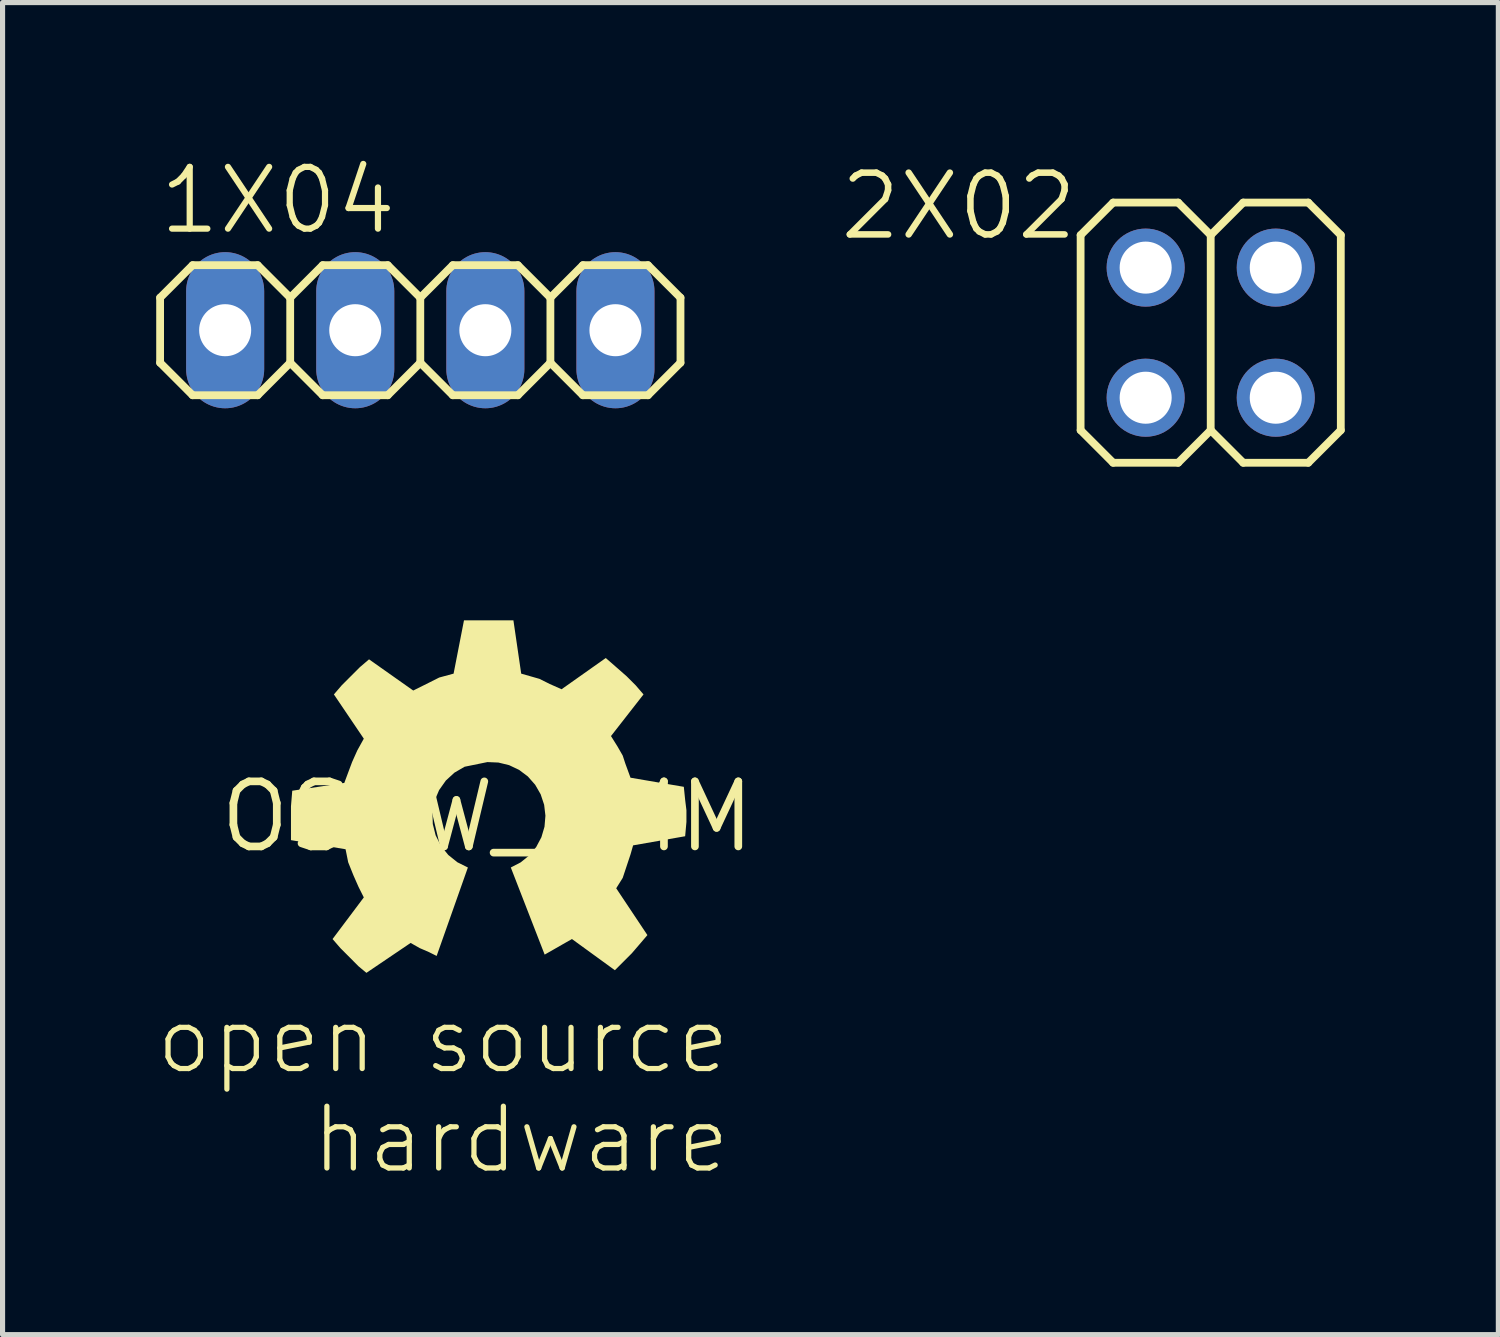
<source format=kicad_pcb>
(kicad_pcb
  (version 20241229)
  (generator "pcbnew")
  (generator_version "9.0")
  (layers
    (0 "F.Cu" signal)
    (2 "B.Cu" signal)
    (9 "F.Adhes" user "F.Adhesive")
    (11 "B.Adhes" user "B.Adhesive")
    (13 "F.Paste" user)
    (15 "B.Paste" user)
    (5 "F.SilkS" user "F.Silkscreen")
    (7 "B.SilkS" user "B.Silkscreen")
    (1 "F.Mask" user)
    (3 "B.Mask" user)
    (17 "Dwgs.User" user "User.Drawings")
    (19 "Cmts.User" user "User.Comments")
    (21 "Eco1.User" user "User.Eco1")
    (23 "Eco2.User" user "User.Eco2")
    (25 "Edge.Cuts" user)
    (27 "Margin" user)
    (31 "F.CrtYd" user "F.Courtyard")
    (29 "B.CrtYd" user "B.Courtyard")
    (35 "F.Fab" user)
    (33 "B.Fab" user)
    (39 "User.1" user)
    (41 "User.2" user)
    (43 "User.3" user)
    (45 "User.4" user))
  (footprint "1X04"
    (layer "F.Cu")
    (at 5.156 3.397)
    (property "Reference" "1X04" (at -5.156 -1.829 0) (layer "F.SilkS") (effects (font (size 1.206 1.206) (thickness 0.121)) (justify left bottom)))
    (attr through_hole)
    (fp_line (start -5.08 -0.635) (end -5.08 0.635) (stroke (width 0.152) (type solid)) (layer "F.SilkS"))
    (fp_line (start -5.08 0.635) (end -4.445 1.27) (stroke (width 0.152) (type solid)) (layer "F.SilkS"))
    (fp_line (start -4.445 -1.27) (end -5.08 -0.635) (stroke (width 0.152) (type solid)) (layer "F.SilkS"))
    (fp_line (start -4.445 -1.27) (end -3.175 -1.27) (stroke (width 0.152) (type solid)) (layer "F.SilkS"))
    (fp_line (start -3.175 -1.27) (end -2.54 -0.635) (stroke (width 0.152) (type solid)) (layer "F.SilkS"))
    (fp_line (start -3.175 1.27) (end -4.445 1.27) (stroke (width 0.152) (type solid)) (layer "F.SilkS"))
    (fp_line (start -2.54 -0.635) (end -2.54 0.635) (stroke (width 0.152) (type solid)) (layer "F.SilkS"))
    (fp_line (start -2.54 -0.635) (end -1.905 -1.27) (stroke (width 0.152) (type solid)) (layer "F.SilkS"))
    (fp_line (start -2.54 0.635) (end -3.175 1.27) (stroke (width 0.152) (type solid)) (layer "F.SilkS"))
    (fp_line (start -1.905 -1.27) (end -0.635 -1.27) (stroke (width 0.152) (type solid)) (layer "F.SilkS"))
    (fp_line (start -1.905 1.27) (end -2.54 0.635) (stroke (width 0.152) (type solid)) (layer "F.SilkS"))
    (fp_line (start -0.635 -1.27) (end 0 -0.635) (stroke (width 0.152) (type solid)) (layer "F.SilkS"))
    (fp_line (start -0.635 1.27) (end -1.905 1.27) (stroke (width 0.152) (type solid)) (layer "F.SilkS"))
    (fp_line (start 0 -0.635) (end 0 0.635) (stroke (width 0.152) (type solid)) (layer "F.SilkS"))
    (fp_line (start 0 -0.635) (end 0.635 -1.27) (stroke (width 0.152) (type solid)) (layer "F.SilkS"))
    (fp_line (start 0 0.635) (end -0.635 1.27) (stroke (width 0.152) (type solid)) (layer "F.SilkS"))
    (fp_line (start 0.635 -1.27) (end 1.905 -1.27) (stroke (width 0.152) (type solid)) (layer "F.SilkS"))
    (fp_line (start 0.635 1.27) (end 0 0.635) (stroke (width 0.152) (type solid)) (layer "F.SilkS"))
    (fp_line (start 1.905 -1.27) (end 2.54 -0.635) (stroke (width 0.152) (type solid)) (layer "F.SilkS"))
    (fp_line (start 1.905 1.27) (end 0.635 1.27) (stroke (width 0.152) (type solid)) (layer "F.SilkS"))
    (fp_line (start 2.54 -0.635) (end 2.54 0.635) (stroke (width 0.152) (type solid)) (layer "F.SilkS"))
    (fp_line (start 2.54 0.635) (end 1.905 1.27) (stroke (width 0.152) (type solid)) (layer "F.SilkS"))
    (fp_line (start 2.54 0.635) (end 3.175 1.27) (stroke (width 0.152) (type solid)) (layer "F.SilkS"))
    (fp_line (start 3.175 -1.27) (end 2.54 -0.635) (stroke (width 0.152) (type solid)) (layer "F.SilkS"))
    (fp_line (start 3.175 -1.27) (end 4.445 -1.27) (stroke (width 0.152) (type solid)) (layer "F.SilkS"))
    (fp_line (start 4.445 -1.27) (end 5.08 -0.635) (stroke (width 0.152) (type solid)) (layer "F.SilkS"))
    (fp_line (start 4.445 1.27) (end 3.175 1.27) (stroke (width 0.152) (type solid)) (layer "F.SilkS"))
    (fp_line (start 5.08 -0.635) (end 5.08 0.635) (stroke (width 0.152) (type solid)) (layer "F.SilkS"))
    (fp_line (start 5.08 0.635) (end 4.445 1.27) (stroke (width 0.152) (type solid)) (layer "F.SilkS"))
    (fp_poly (pts (xy -4.064 0.254) (xy -3.556 0.254) (xy -3.556 -0.254) (xy -4.064 -0.254)) (stroke (width 0.1) (type solid)) (fill no) (layer "F.Fab"))
    (fp_poly (pts (xy -1.524 0.254) (xy -1.016 0.254) (xy -1.016 -0.254) (xy -1.524 -0.254)) (stroke (width 0.1) (type solid)) (fill no) (layer "F.Fab"))
    (fp_poly (pts (xy 1.016 0.254) (xy 1.524 0.254) (xy 1.524 -0.254) (xy 1.016 -0.254)) (stroke (width 0.1) (type solid)) (fill no) (layer "F.Fab"))
    (fp_poly (pts (xy 3.556 0.254) (xy 4.064 0.254) (xy 4.064 -0.254) (xy 3.556 -0.254)) (stroke (width 0.1) (type solid)) (fill no) (layer "F.Fab"))
    (pad "1" thru_hole oval (at -3.81 0 90) (size 3.048 1.524) (drill 1.016) (layers "*.Cu" "*.Mask"))
    (pad "2" thru_hole oval (at -1.27 0 90) (size 3.048 1.524) (drill 1.016) (layers "*.Cu" "*.Mask"))
    (pad "3" thru_hole oval (at 1.27 0 90) (size 3.048 1.524) (drill 1.016) (layers "*.Cu" "*.Mask"))
    (pad "4" thru_hole oval (at 3.81 0 90) (size 3.048 1.524) (drill 1.016) (layers "*.Cu" "*.Mask")))
  (footprint "2X02"
    (layer "F.Cu")
    (at 20.588 3.445)
    (property "Reference" "2X02" (at -2.54 -3.175 0) (layer "F.SilkS") (effects (font (size 1.206 1.206) (thickness 0.127)) (justify right top)))
    (attr through_hole)
    (fp_line (start -2.54 -1.905) (end -1.905 -2.54) (stroke (width 0.152) (type solid)) (layer "F.SilkS"))
    (fp_line (start -2.54 1.905) (end -2.54 -1.905) (stroke (width 0.152) (type solid)) (layer "F.SilkS"))
    (fp_line (start -2.54 1.905) (end -1.905 2.54) (stroke (width 0.152) (type solid)) (layer "F.SilkS"))
    (fp_line (start -1.905 -2.54) (end -0.635 -2.54) (stroke (width 0.152) (type solid)) (layer "F.SilkS"))
    (fp_line (start -1.905 2.54) (end -0.635 2.54) (stroke (width 0.152) (type solid)) (layer "F.SilkS"))
    (fp_line (start -0.635 -2.54) (end 0 -1.905) (stroke (width 0.152) (type solid)) (layer "F.SilkS"))
    (fp_line (start -0.635 2.54) (end 0 1.905) (stroke (width 0.152) (type solid)) (layer "F.SilkS"))
    (fp_line (start 0 -1.905) (end 0 1.905) (stroke (width 0.152) (type solid)) (layer "F.SilkS"))
    (fp_line (start 0 -1.905) (end 0.635 -2.54) (stroke (width 0.152) (type solid)) (layer "F.SilkS"))
    (fp_line (start 0 1.905) (end 0.635 2.54) (stroke (width 0.152) (type solid)) (layer "F.SilkS"))
    (fp_line (start 0.635 -2.54) (end 1.905 -2.54) (stroke (width 0.152) (type solid)) (layer "F.SilkS"))
    (fp_line (start 0.635 2.54) (end 1.905 2.54) (stroke (width 0.152) (type solid)) (layer "F.SilkS"))
    (fp_line (start 1.905 -2.54) (end 2.54 -1.905) (stroke (width 0.152) (type solid)) (layer "F.SilkS"))
    (fp_line (start 1.905 2.54) (end 2.54 1.905) (stroke (width 0.152) (type solid)) (layer "F.SilkS"))
    (fp_line (start 2.54 -1.905) (end 2.54 1.905) (stroke (width 0.152) (type solid)) (layer "F.SilkS"))
    (fp_poly (pts (xy -1.524 -1.016) (xy -1.016 -1.016) (xy -1.016 -1.524) (xy -1.524 -1.524)) (stroke (width 0.1) (type solid)) (fill no) (layer "F.Fab"))
    (fp_poly (pts (xy -1.524 1.524) (xy -1.016 1.524) (xy -1.016 1.016) (xy -1.524 1.016)) (stroke (width 0.1) (type solid)) (fill no) (layer "F.Fab"))
    (fp_poly (pts (xy 1.016 -1.016) (xy 1.524 -1.016) (xy 1.524 -1.524) (xy 1.016 -1.524)) (stroke (width 0.1) (type solid)) (fill no) (layer "F.Fab"))
    (fp_poly (pts (xy 1.016 1.524) (xy 1.524 1.524) (xy 1.524 1.016) (xy 1.016 1.016)) (stroke (width 0.1) (type solid)) (fill no) (layer "F.Fab"))
    (pad "1" thru_hole circle (at -1.27 1.27) (size 1.524 1.524) (drill 1.016) (layers "*.Cu" "*.Mask"))
    (pad "2" thru_hole circle (at -1.27 -1.27) (size 1.524 1.524) (drill 1.016) (layers "*.Cu" "*.Mask"))
    (pad "3" thru_hole circle (at 1.27 1.27) (size 1.524 1.524) (drill 1.016) (layers "*.Cu" "*.Mask"))
    (pad "4" thru_hole circle (at 1.27 -1.27) (size 1.524 1.524) (drill 1.016) (layers "*.Cu" "*.Mask")))
  (footprint "OSHW_8MM"
    (layer "F.Cu")
    (at 6.466 12.896)
    (property "Reference" "OSHW_8MM" (at 0 0 0) (layer "F.SilkS") (effects (font (size 1.27 1.27) (thickness 0.15))))
    (attr through_hole)
    (fp_poly (pts (xy -0.381 0.991) (xy -0.381 0.991) (xy -0.586 0.889) (xy -0.764 0.746) (xy -0.907 0.569) (xy -1.01 0.364) (xy -1.066 0.143) (xy -1.073 -0.085) (xy -1.032 -0.31) (xy -0.943 -0.52) (xy -0.811 -0.707) (xy -0.643 -0.861) (xy -0.445 -0.976) (xy 0 -1.067) (xy -0.000001 -1.067) (xy 0.215 -1.058) (xy 0.424 -1.007) (xy 0.618 -0.915) (xy 0.79 -0.786) (xy 0.933 -0.624) (xy 1.04 -0.438) (xy 1.108 -0.233) (xy 1.133 -0.02) (xy 1.115 0.195) (xy 1.054 0.401) (xy 0.953 0.591) (xy 0.816 0.757) (xy 0.648 0.892) (xy 0.457 0.991) (xy 1.118 2.692) (xy 1.295 2.591) (xy 1.473 2.489) (xy 1.651 2.388) (xy 2.489 2.997) (xy 2.667 2.819) (xy 2.819 2.667) (xy 2.972 2.489) (xy 3.124 2.311) (xy 2.515 1.397) (xy 2.642 1.194) (xy 2.718 0.965) (xy 2.794 0.737) (xy 2.845 0.559) (xy 3.861 0.381) (xy 3.886 0.102) (xy 3.886 -0.127) (xy 3.861 -0.33) (xy 3.835 -0.584) (xy 2.794 -0.762) (xy 2.692 -1.041) (xy 2.642 -1.194) (xy 2.54 -1.372) (xy 2.413 -1.575) (xy 3.048 -2.388) (xy 2.896 -2.565) (xy 2.718 -2.743) (xy 2.515 -2.921) (xy 2.311 -3.099) (xy 1.448 -2.489) (xy 1.219 -2.591) (xy 1.016 -2.692) (xy 0.838 -2.743) (xy 0.66 -2.794) (xy 0.508 -3.835) (xy 0.229 -3.835) (xy 0 -3.835) (xy -0.279 -3.835) (xy -0.457 -3.835) (xy -0.66 -2.794) (xy -0.94 -2.718) (xy -1.143 -2.616) (xy -1.448 -2.464) (xy -2.311 -3.073) (xy -2.489 -2.921) (xy -2.667 -2.743) (xy -2.845 -2.565) (xy -2.997 -2.388) (xy -2.413 -1.524) (xy -2.54 -1.295) (xy -2.642 -1.067) (xy -2.718 -0.864) (xy -2.794 -0.66) (xy -3.81 -0.508) (xy -3.835 -0.203) (xy -3.835 0) (xy -3.835 0.229) (xy -3.835 0.457) (xy -2.769 0.635) (xy -2.718 0.889) (xy -2.616 1.143) (xy -2.515 1.372) (xy -2.413 1.575) (xy -3.023 2.388) (xy -2.87 2.565) (xy -2.692 2.743) (xy -2.515 2.921) (xy -2.362 3.048) (xy -1.499 2.464) (xy -1.321 2.565) (xy -1.143 2.642) (xy -0.991 2.718)) (stroke (width 0) (type solid)) (fill yes) (layer "F.SilkS"))
    (fp_text user "open source\n  hardware" (at 4.801 3.658 0) (layer "F.SilkS") (effects (font (size 1.206 1.206) (thickness 0.102)) (justify right top))))
  (gr_rect
    (start -3 -3)
    (end 26.204 23.008)
    (stroke (width 0.1) (type default))
    (fill no)
    (layer "Edge.Cuts")))
</source>
